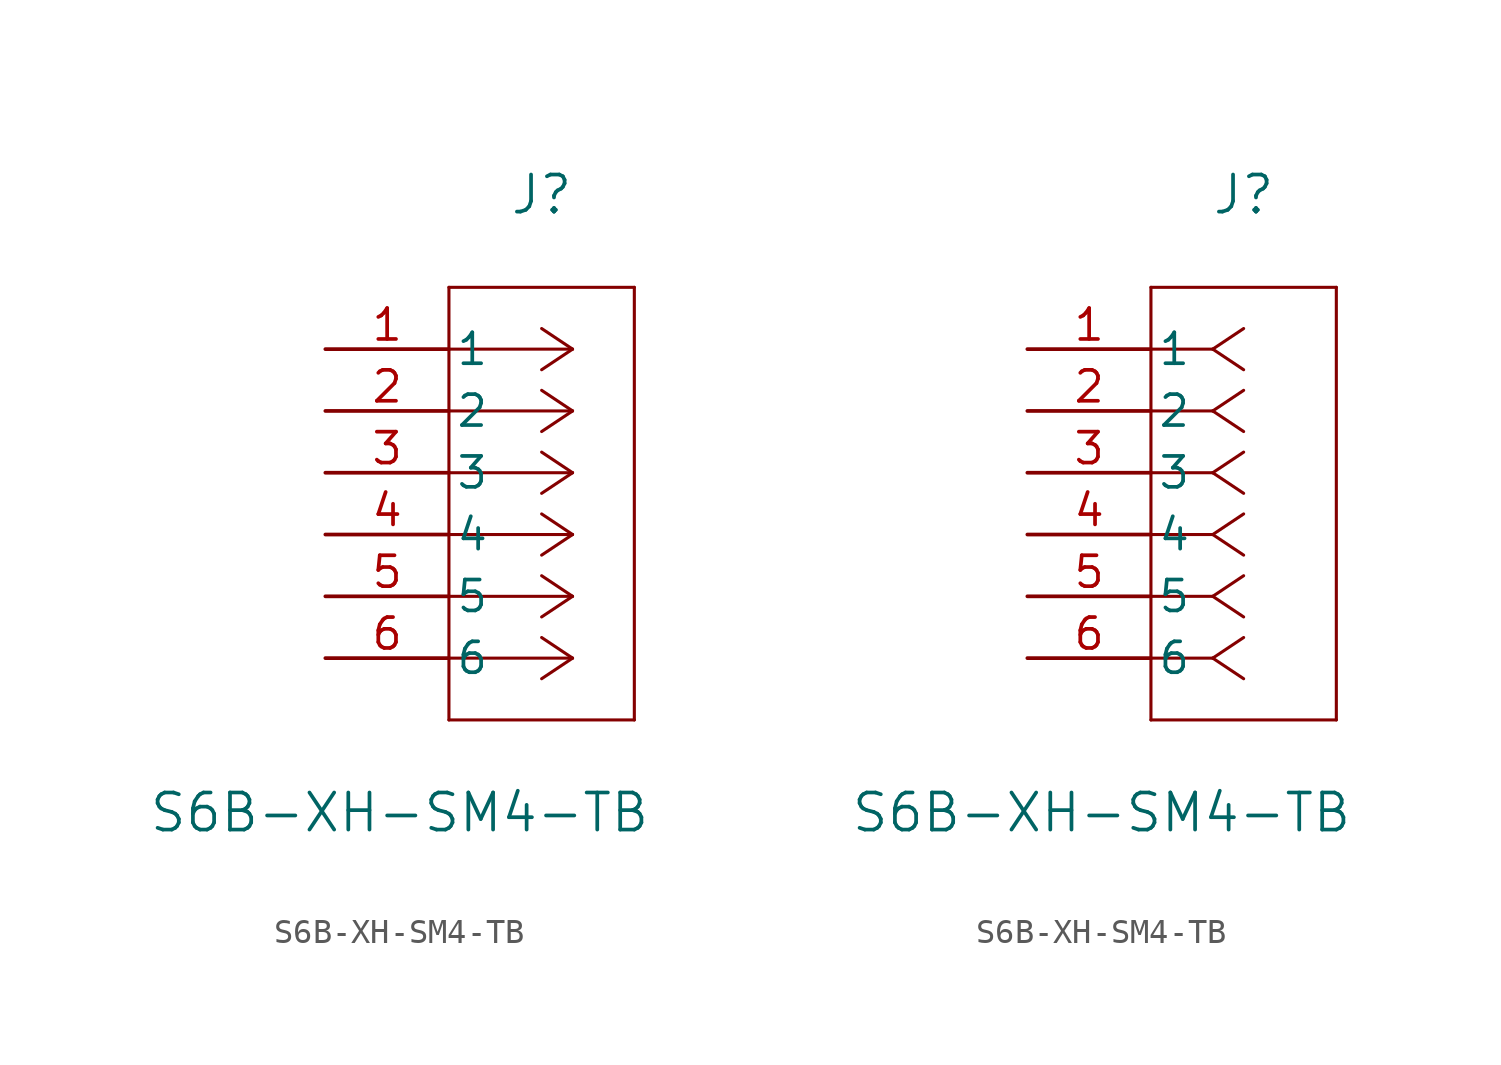
<source format=kicad_sym>
(kicad_symbol_lib
  (version 20231120)
  (generator "kicad_symbol_editor")
  (generator_version "8.0")
  (symbol "S6B-XH-SM4-TB"
    (pin_names
      (offset 0.254))
    (property "Reference" "J"
      (at 8.89 6.35 0)
      (effects (font (size 1.524 1.524))))
    (property "Value" "S6B-XH-SM4-TB"
      (at 3.048 -19.05 0)
      (effects (font (size 1.524 1.524))))
    (property "ki_locked" ""
      (at 0 0 0)
      (effects (font (size 1.27 1.27))))
    (symbol "S6B-XH-SM4-TB_1_1"
      (polyline (pts (xy 5.08 -15.24) (xy 12.7 -15.24)) (stroke (width 0.127) (type default)) (fill (type none)))
      (polyline (pts (xy 5.08 2.54) (xy 5.08 -15.24)) (stroke (width 0.127) (type default)) (fill (type none)))
      (polyline (pts (xy 10.16 -12.7) (xy 5.08 -12.7)) (stroke (width 0.127) (type default)) (fill (type none)))
      (polyline (pts (xy 10.16 -12.7) (xy 8.89 -13.547)) (stroke (width 0.127) (type default)) (fill (type none)))
      (polyline (pts (xy 10.16 -12.7) (xy 8.89 -11.853)) (stroke (width 0.127) (type default)) (fill (type none)))
      (polyline (pts (xy 10.16 -10.16) (xy 5.08 -10.16)) (stroke (width 0.127) (type default)) (fill (type none)))
      (polyline (pts (xy 10.16 -10.16) (xy 8.89 -11.007)) (stroke (width 0.127) (type default)) (fill (type none)))
      (polyline (pts (xy 10.16 -10.16) (xy 8.89 -9.313)) (stroke (width 0.127) (type default)) (fill (type none)))
      (polyline (pts (xy 10.16 -7.62) (xy 5.08 -7.62)) (stroke (width 0.127) (type default)) (fill (type none)))
      (polyline (pts (xy 10.16 -7.62) (xy 8.89 -8.467)) (stroke (width 0.127) (type default)) (fill (type none)))
      (polyline (pts (xy 10.16 -7.62) (xy 8.89 -6.773)) (stroke (width 0.127) (type default)) (fill (type none)))
      (polyline (pts (xy 10.16 -5.08) (xy 5.08 -5.08)) (stroke (width 0.127) (type default)) (fill (type none)))
      (polyline (pts (xy 10.16 -5.08) (xy 8.89 -5.927)) (stroke (width 0.127) (type default)) (fill (type none)))
      (polyline (pts (xy 10.16 -5.08) (xy 8.89 -4.233)) (stroke (width 0.127) (type default)) (fill (type none)))
      (polyline (pts (xy 10.16 -2.54) (xy 5.08 -2.54)) (stroke (width 0.127) (type default)) (fill (type none)))
      (polyline (pts (xy 10.16 -2.54) (xy 8.89 -3.387)) (stroke (width 0.127) (type default)) (fill (type none)))
      (polyline (pts (xy 10.16 -2.54) (xy 8.89 -1.693)) (stroke (width 0.127) (type default)) (fill (type none)))
      (polyline (pts (xy 10.16 0) (xy 5.08 0)) (stroke (width 0.127) (type default)) (fill (type none)))
      (polyline (pts (xy 10.16 0) (xy 8.89 -0.847)) (stroke (width 0.127) (type default)) (fill (type none)))
      (polyline (pts (xy 10.16 0) (xy 8.89 0.847)) (stroke (width 0.127) (type default)) (fill (type none)))
      (polyline (pts (xy 12.7 -15.24) (xy 12.7 2.54)) (stroke (width 0.127) (type default)) (fill (type none)))
      (polyline (pts (xy 12.7 2.54) (xy 5.08 2.54)) (stroke (width 0.127) (type default)) (fill (type none)))
      (pin unspecified line (at 0 0 0) (length 5.08) (name "1" (effects (font (size 1.27 1.27)))) (number "1" (effects (font (size 1.27 1.27)))))
      (pin unspecified line (at 0 -2.54 0) (length 5.08) (name "2" (effects (font (size 1.27 1.27)))) (number "2" (effects (font (size 1.27 1.27)))))
      (pin unspecified line (at 0 -5.08 0) (length 5.08) (name "3" (effects (font (size 1.27 1.27)))) (number "3" (effects (font (size 1.27 1.27)))))
      (pin unspecified line (at 0 -7.62 0) (length 5.08) (name "4" (effects (font (size 1.27 1.27)))) (number "4" (effects (font (size 1.27 1.27)))))
      (pin unspecified line (at 0 -10.16 0) (length 5.08) (name "5" (effects (font (size 1.27 1.27)))) (number "5" (effects (font (size 1.27 1.27)))))
      (pin unspecified line (at 0 -12.7 0) (length 5.08) (name "6" (effects (font (size 1.27 1.27)))) (number "6" (effects (font (size 1.27 1.27))))))
    (symbol "S6B-XH-SM4-TB_1_2"
      (polyline (pts (xy 5.08 -15.24) (xy 12.7 -15.24)) (stroke (width 0.127) (type default)) (fill (type none)))
      (polyline (pts (xy 5.08 2.54) (xy 5.08 -15.24)) (stroke (width 0.127) (type default)) (fill (type none)))
      (polyline (pts (xy 7.62 -12.7) (xy 5.08 -12.7)) (stroke (width 0.127) (type default)) (fill (type none)))
      (polyline (pts (xy 7.62 -12.7) (xy 8.89 -13.547)) (stroke (width 0.127) (type default)) (fill (type none)))
      (polyline (pts (xy 7.62 -12.7) (xy 8.89 -11.853)) (stroke (width 0.127) (type default)) (fill (type none)))
      (polyline (pts (xy 7.62 -10.16) (xy 5.08 -10.16)) (stroke (width 0.127) (type default)) (fill (type none)))
      (polyline (pts (xy 7.62 -10.16) (xy 8.89 -11.007)) (stroke (width 0.127) (type default)) (fill (type none)))
      (polyline (pts (xy 7.62 -10.16) (xy 8.89 -9.313)) (stroke (width 0.127) (type default)) (fill (type none)))
      (polyline (pts (xy 7.62 -7.62) (xy 5.08 -7.62)) (stroke (width 0.127) (type default)) (fill (type none)))
      (polyline (pts (xy 7.62 -7.62) (xy 8.89 -8.467)) (stroke (width 0.127) (type default)) (fill (type none)))
      (polyline (pts (xy 7.62 -7.62) (xy 8.89 -6.773)) (stroke (width 0.127) (type default)) (fill (type none)))
      (polyline (pts (xy 7.62 -5.08) (xy 5.08 -5.08)) (stroke (width 0.127) (type default)) (fill (type none)))
      (polyline (pts (xy 7.62 -5.08) (xy 8.89 -5.927)) (stroke (width 0.127) (type default)) (fill (type none)))
      (polyline (pts (xy 7.62 -5.08) (xy 8.89 -4.233)) (stroke (width 0.127) (type default)) (fill (type none)))
      (polyline (pts (xy 7.62 -2.54) (xy 5.08 -2.54)) (stroke (width 0.127) (type default)) (fill (type none)))
      (polyline (pts (xy 7.62 -2.54) (xy 8.89 -3.387)) (stroke (width 0.127) (type default)) (fill (type none)))
      (polyline (pts (xy 7.62 -2.54) (xy 8.89 -1.693)) (stroke (width 0.127) (type default)) (fill (type none)))
      (polyline (pts (xy 7.62 0) (xy 5.08 0)) (stroke (width 0.127) (type default)) (fill (type none)))
      (polyline (pts (xy 7.62 0) (xy 8.89 -0.847)) (stroke (width 0.127) (type default)) (fill (type none)))
      (polyline (pts (xy 7.62 0) (xy 8.89 0.847)) (stroke (width 0.127) (type default)) (fill (type none)))
      (polyline (pts (xy 12.7 -15.24) (xy 12.7 2.54)) (stroke (width 0.127) (type default)) (fill (type none)))
      (polyline (pts (xy 12.7 2.54) (xy 5.08 2.54)) (stroke (width 0.127) (type default)) (fill (type none)))
      (pin unspecified line (at 0 0 0) (length 5.08) (name "1" (effects (font (size 1.27 1.27)))) (number "1" (effects (font (size 1.27 1.27)))))
      (pin unspecified line (at 0 -2.54 0) (length 5.08) (name "2" (effects (font (size 1.27 1.27)))) (number "2" (effects (font (size 1.27 1.27)))))
      (pin unspecified line (at 0 -5.08 0) (length 5.08) (name "3" (effects (font (size 1.27 1.27)))) (number "3" (effects (font (size 1.27 1.27)))))
      (pin unspecified line (at 0 -7.62 0) (length 5.08) (name "4" (effects (font (size 1.27 1.27)))) (number "4" (effects (font (size 1.27 1.27)))))
      (pin unspecified line (at 0 -10.16 0) (length 5.08) (name "5" (effects (font (size 1.27 1.27)))) (number "5" (effects (font (size 1.27 1.27)))))
      (pin unspecified line (at 0 -12.7 0) (length 5.08) (name "6" (effects (font (size 1.27 1.27)))) (number "6" (effects (font (size 1.27 1.27))))))))
</source>
